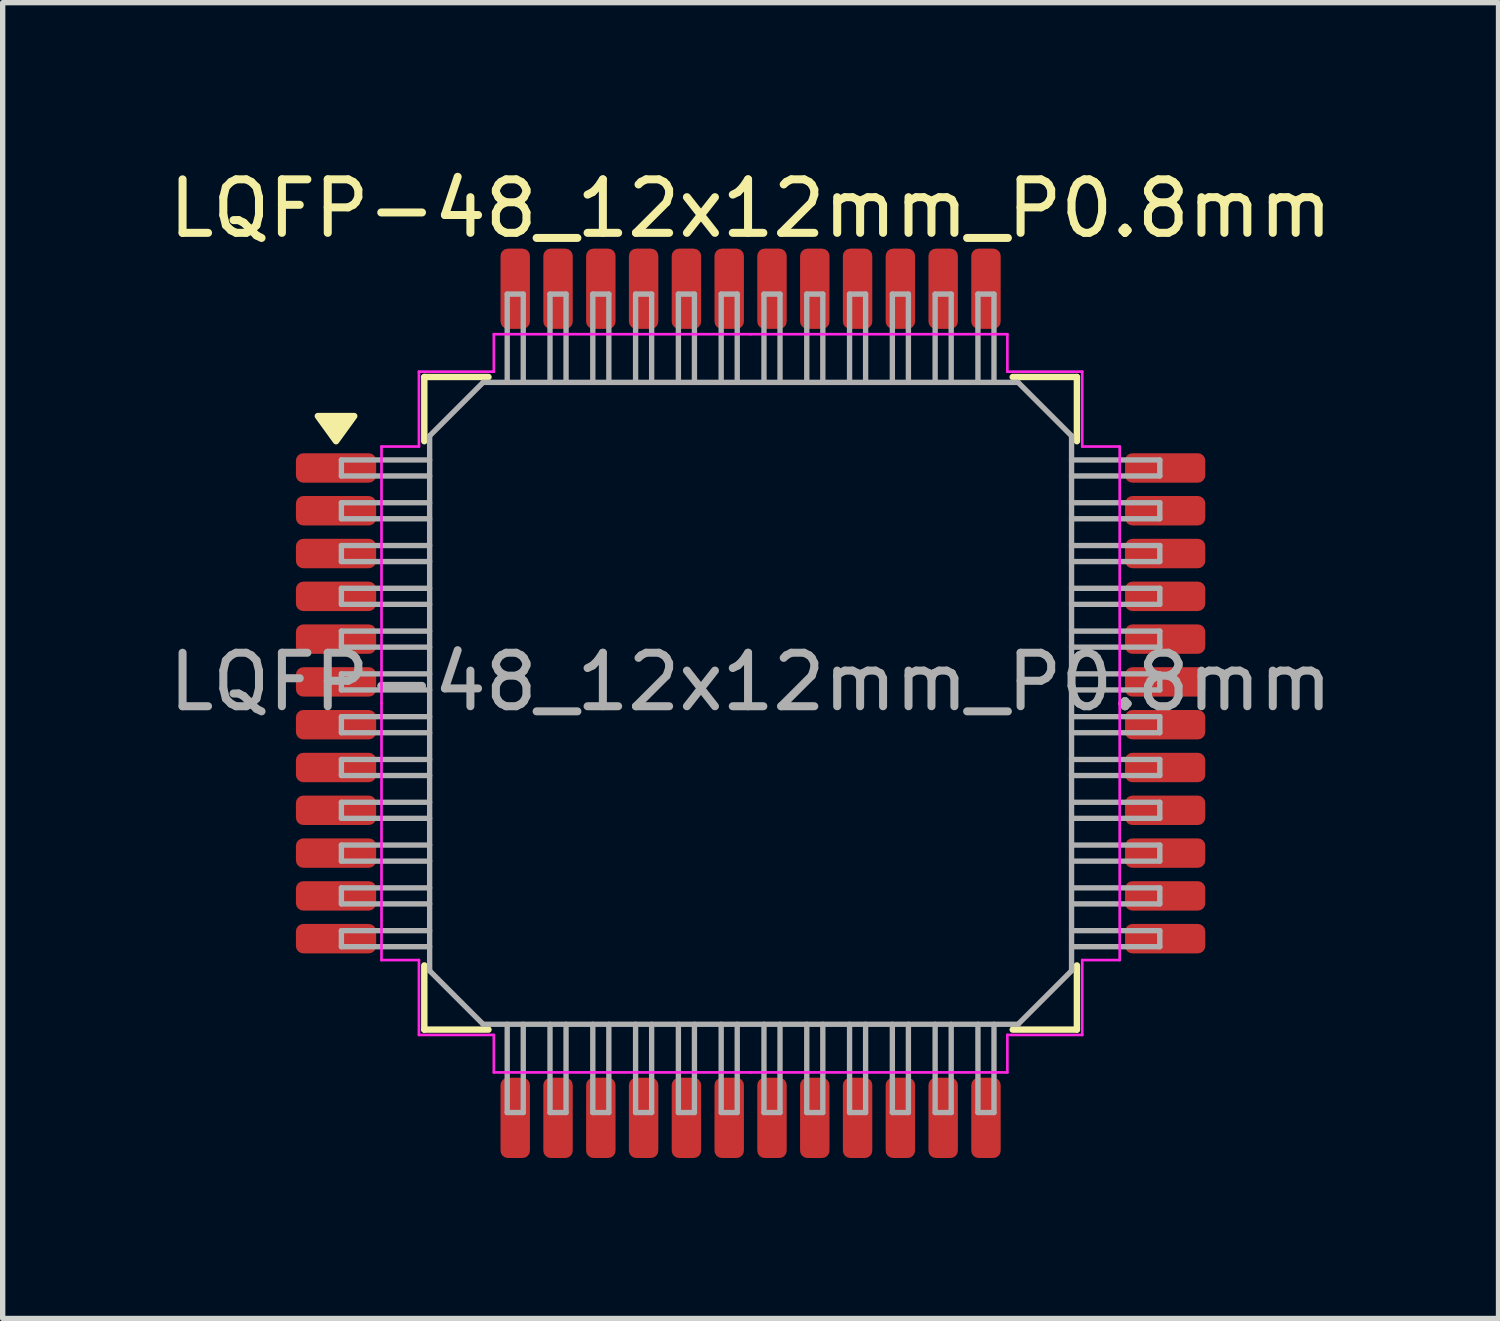
<source format=kicad_pcb>
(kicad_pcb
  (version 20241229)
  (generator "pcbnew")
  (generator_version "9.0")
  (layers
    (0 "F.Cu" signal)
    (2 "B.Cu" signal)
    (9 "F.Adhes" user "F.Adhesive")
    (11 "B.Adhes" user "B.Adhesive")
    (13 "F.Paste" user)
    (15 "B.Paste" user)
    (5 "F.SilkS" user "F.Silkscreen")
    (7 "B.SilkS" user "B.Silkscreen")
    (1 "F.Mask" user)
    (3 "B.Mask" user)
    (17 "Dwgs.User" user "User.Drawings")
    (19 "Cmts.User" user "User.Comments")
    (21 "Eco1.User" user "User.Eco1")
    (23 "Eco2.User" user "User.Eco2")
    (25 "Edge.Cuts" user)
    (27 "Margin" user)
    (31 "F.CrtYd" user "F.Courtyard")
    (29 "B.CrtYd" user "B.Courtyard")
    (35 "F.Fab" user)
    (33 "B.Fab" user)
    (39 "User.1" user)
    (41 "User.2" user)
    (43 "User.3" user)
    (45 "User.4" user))
  (footprint "LQFP-48_12x12mm_P0.8mm"
    (layer "F.Cu")
    (at 10.982 10.098)
    (property "Reference" "LQFP-48_12x12mm_P0.8mm" (at 0 -9.25 0) (layer "F.SilkS") (effects (font (size 1 1) (thickness 0.15))))
    (attr smd)
    (fp_line (start -6.1 -6.1) (end -4.9 -6.1) (stroke (width 0.12) (type solid)) (layer "F.SilkS"))
    (fp_line (start -6.1 -4.9) (end -6.1 -6.1) (stroke (width 0.12) (type solid)) (layer "F.SilkS"))
    (fp_line (start -6.1 6.1) (end -6.1 4.9) (stroke (width 0.12) (type solid)) (layer "F.SilkS"))
    (fp_line (start -4.9 6.1) (end -6.1 6.1) (stroke (width 0.12) (type solid)) (layer "F.SilkS"))
    (fp_line (start 4.9 -6.1) (end 6.1 -6.1) (stroke (width 0.12) (type solid)) (layer "F.SilkS"))
    (fp_line (start 6.1 -6.1) (end 6.1 -4.9) (stroke (width 0.12) (type solid)) (layer "F.SilkS"))
    (fp_line (start 6.1 4.9) (end 6.1 6.1) (stroke (width 0.12) (type solid)) (layer "F.SilkS"))
    (fp_line (start 6.1 6.1) (end 4.9 6.1) (stroke (width 0.12) (type solid)) (layer "F.SilkS"))
    (fp_poly (pts (xy -7.75 -4.9) (xy -8.09 -5.37) (xy -7.41 -5.37) (xy -7.75 -4.9)) (stroke (width 0.12) (type solid)) (fill yes) (layer "F.SilkS"))
    (fp_line (start -6.9 -4.8) (end -6.2 -4.8) (stroke (width 0.05) (type solid)) (layer "F.CrtYd"))
    (fp_line (start -6.9 0) (end -6.9 -4.8) (stroke (width 0.05) (type solid)) (layer "F.CrtYd"))
    (fp_line (start -6.9 4.8) (end -6.9 0) (stroke (width 0.05) (type solid)) (layer "F.CrtYd"))
    (fp_line (start -6.2 -6.2) (end -4.8 -6.2) (stroke (width 0.05) (type solid)) (layer "F.CrtYd"))
    (fp_line (start -6.2 -4.8) (end -6.2 -6.2) (stroke (width 0.05) (type solid)) (layer "F.CrtYd"))
    (fp_line (start -6.2 4.8) (end -6.9 4.8) (stroke (width 0.05) (type solid)) (layer "F.CrtYd"))
    (fp_line (start -6.2 6.2) (end -6.2 4.8) (stroke (width 0.05) (type solid)) (layer "F.CrtYd"))
    (fp_line (start -4.8 -6.9) (end 0 -6.9) (stroke (width 0.05) (type solid)) (layer "F.CrtYd"))
    (fp_line (start -4.8 -6.2) (end -4.8 -6.9) (stroke (width 0.05) (type solid)) (layer "F.CrtYd"))
    (fp_line (start -4.8 6.2) (end -6.2 6.2) (stroke (width 0.05) (type solid)) (layer "F.CrtYd"))
    (fp_line (start -4.8 6.9) (end -4.8 6.2) (stroke (width 0.05) (type solid)) (layer "F.CrtYd"))
    (fp_line (start 0 -6.9) (end 4.8 -6.9) (stroke (width 0.05) (type solid)) (layer "F.CrtYd"))
    (fp_line (start 0 6.9) (end -4.8 6.9) (stroke (width 0.05) (type solid)) (layer "F.CrtYd"))
    (fp_line (start 4.8 -6.9) (end 4.8 -6.2) (stroke (width 0.05) (type solid)) (layer "F.CrtYd"))
    (fp_line (start 4.8 -6.2) (end 6.2 -6.2) (stroke (width 0.05) (type solid)) (layer "F.CrtYd"))
    (fp_line (start 4.8 6.2) (end 4.8 6.9) (stroke (width 0.05) (type solid)) (layer "F.CrtYd"))
    (fp_line (start 4.8 6.9) (end 0 6.9) (stroke (width 0.05) (type solid)) (layer "F.CrtYd"))
    (fp_line (start 6.2 -6.2) (end 6.2 -4.8) (stroke (width 0.05) (type solid)) (layer "F.CrtYd"))
    (fp_line (start 6.2 -4.8) (end 6.9 -4.8) (stroke (width 0.05) (type solid)) (layer "F.CrtYd"))
    (fp_line (start 6.2 4.8) (end 6.2 6.2) (stroke (width 0.05) (type solid)) (layer "F.CrtYd"))
    (fp_line (start 6.2 6.2) (end 4.8 6.2) (stroke (width 0.05) (type solid)) (layer "F.CrtYd"))
    (fp_line (start 6.9 -4.8) (end 6.9 0) (stroke (width 0.05) (type solid)) (layer "F.CrtYd"))
    (fp_line (start 6.9 0) (end 6.9 4.8) (stroke (width 0.05) (type solid)) (layer "F.CrtYd"))
    (fp_line (start 6.9 4.8) (end 6.2 4.8) (stroke (width 0.05) (type solid)) (layer "F.CrtYd"))
    (fp_line (start -7.65 -4.55) (end -7.65 -4.25) (stroke (width 0.1) (type default)) (layer "F.Fab"))
    (fp_line (start -7.65 -4.25) (end -6 -4.25) (stroke (width 0.1) (type default)) (layer "F.Fab"))
    (fp_line (start -7.65 -3.75) (end -7.65 -3.45) (stroke (width 0.1) (type default)) (layer "F.Fab"))
    (fp_line (start -7.65 -3.45) (end -6 -3.45) (stroke (width 0.1) (type default)) (layer "F.Fab"))
    (fp_line (start -7.65 -2.95) (end -7.65 -2.65) (stroke (width 0.1) (type default)) (layer "F.Fab"))
    (fp_line (start -7.65 -2.65) (end -6 -2.65) (stroke (width 0.1) (type default)) (layer "F.Fab"))
    (fp_line (start -7.65 -2.15) (end -7.65 -1.85) (stroke (width 0.1) (type default)) (layer "F.Fab"))
    (fp_line (start -7.65 -1.85) (end -6 -1.85) (stroke (width 0.1) (type default)) (layer "F.Fab"))
    (fp_line (start -7.65 -1.35) (end -7.65 -1.05) (stroke (width 0.1) (type default)) (layer "F.Fab"))
    (fp_line (start -7.65 -1.05) (end -6 -1.05) (stroke (width 0.1) (type default)) (layer "F.Fab"))
    (fp_line (start -7.65 -0.55) (end -7.65 -0.25) (stroke (width 0.1) (type default)) (layer "F.Fab"))
    (fp_line (start -7.65 -0.25) (end -6 -0.25) (stroke (width 0.1) (type default)) (layer "F.Fab"))
    (fp_line (start -7.65 0.25) (end -7.65 0.55) (stroke (width 0.1) (type default)) (layer "F.Fab"))
    (fp_line (start -7.65 0.55) (end -6 0.55) (stroke (width 0.1) (type default)) (layer "F.Fab"))
    (fp_line (start -7.65 1.05) (end -7.65 1.35) (stroke (width 0.1) (type default)) (layer "F.Fab"))
    (fp_line (start -7.65 1.35) (end -6 1.35) (stroke (width 0.1) (type default)) (layer "F.Fab"))
    (fp_line (start -7.65 1.85) (end -7.65 2.15) (stroke (width 0.1) (type default)) (layer "F.Fab"))
    (fp_line (start -7.65 2.15) (end -6 2.15) (stroke (width 0.1) (type default)) (layer "F.Fab"))
    (fp_line (start -7.65 2.65) (end -7.65 2.95) (stroke (width 0.1) (type default)) (layer "F.Fab"))
    (fp_line (start -7.65 2.95) (end -6 2.95) (stroke (width 0.1) (type default)) (layer "F.Fab"))
    (fp_line (start -7.65 3.45) (end -7.65 3.75) (stroke (width 0.1) (type default)) (layer "F.Fab"))
    (fp_line (start -7.65 3.75) (end -6 3.75) (stroke (width 0.1) (type default)) (layer "F.Fab"))
    (fp_line (start -7.65 4.25) (end -7.65 4.55) (stroke (width 0.1) (type default)) (layer "F.Fab"))
    (fp_line (start -7.65 4.55) (end -6 4.55) (stroke (width 0.1) (type default)) (layer "F.Fab"))
    (fp_line (start -6 -5) (end -5 -6) (stroke (width 0.1) (type solid)) (layer "F.Fab"))
    (fp_line (start -6 -4.55) (end -7.65 -4.55) (stroke (width 0.1) (type default)) (layer "F.Fab"))
    (fp_line (start -6 -3.75) (end -7.65 -3.75) (stroke (width 0.1) (type default)) (layer "F.Fab"))
    (fp_line (start -6 -2.95) (end -7.65 -2.95) (stroke (width 0.1) (type default)) (layer "F.Fab"))
    (fp_line (start -6 -2.15) (end -7.65 -2.15) (stroke (width 0.1) (type default)) (layer "F.Fab"))
    (fp_line (start -6 -1.35) (end -7.65 -1.35) (stroke (width 0.1) (type default)) (layer "F.Fab"))
    (fp_line (start -6 -0.55) (end -7.65 -0.55) (stroke (width 0.1) (type default)) (layer "F.Fab"))
    (fp_line (start -6 0.25) (end -7.65 0.25) (stroke (width 0.1) (type default)) (layer "F.Fab"))
    (fp_line (start -6 1.05) (end -7.65 1.05) (stroke (width 0.1) (type default)) (layer "F.Fab"))
    (fp_line (start -6 1.85) (end -7.65 1.85) (stroke (width 0.1) (type default)) (layer "F.Fab"))
    (fp_line (start -6 2.65) (end -7.65 2.65) (stroke (width 0.1) (type default)) (layer "F.Fab"))
    (fp_line (start -6 3.45) (end -7.65 3.45) (stroke (width 0.1) (type default)) (layer "F.Fab"))
    (fp_line (start -6 4.25) (end -7.65 4.25) (stroke (width 0.1) (type default)) (layer "F.Fab"))
    (fp_line (start -6 5) (end -6 -5) (stroke (width 0.1) (type solid)) (layer "F.Fab"))
    (fp_line (start -6 5) (end -5 6) (stroke (width 0.1) (type default)) (layer "F.Fab"))
    (fp_line (start -5 -6) (end 5 -6) (stroke (width 0.1) (type solid)) (layer "F.Fab"))
    (fp_line (start -4.55 -7.65) (end -4.55 -6) (stroke (width 0.1) (type default)) (layer "F.Fab"))
    (fp_line (start -4.55 6) (end -4.55 7.65) (stroke (width 0.1) (type default)) (layer "F.Fab"))
    (fp_line (start -4.55 7.65) (end -4.25 7.65) (stroke (width 0.1) (type default)) (layer "F.Fab"))
    (fp_line (start -4.25 -7.65) (end -4.55 -7.65) (stroke (width 0.1) (type default)) (layer "F.Fab"))
    (fp_line (start -4.25 -6) (end -4.25 -7.65) (stroke (width 0.1) (type default)) (layer "F.Fab"))
    (fp_line (start -4.25 7.65) (end -4.25 6) (stroke (width 0.1) (type default)) (layer "F.Fab"))
    (fp_line (start -3.75 -7.65) (end -3.75 -6) (stroke (width 0.1) (type default)) (layer "F.Fab"))
    (fp_line (start -3.75 6) (end -3.75 7.65) (stroke (width 0.1) (type default)) (layer "F.Fab"))
    (fp_line (start -3.75 7.65) (end -3.45 7.65) (stroke (width 0.1) (type default)) (layer "F.Fab"))
    (fp_line (start -3.45 -7.65) (end -3.75 -7.65) (stroke (width 0.1) (type default)) (layer "F.Fab"))
    (fp_line (start -3.45 -6) (end -3.45 -7.65) (stroke (width 0.1) (type default)) (layer "F.Fab"))
    (fp_line (start -3.45 7.65) (end -3.45 6) (stroke (width 0.1) (type default)) (layer "F.Fab"))
    (fp_line (start -2.95 -7.65) (end -2.95 -6) (stroke (width 0.1) (type default)) (layer "F.Fab"))
    (fp_line (start -2.95 6) (end -2.95 7.65) (stroke (width 0.1) (type default)) (layer "F.Fab"))
    (fp_line (start -2.95 7.65) (end -2.65 7.65) (stroke (width 0.1) (type default)) (layer "F.Fab"))
    (fp_line (start -2.65 -7.65) (end -2.95 -7.65) (stroke (width 0.1) (type default)) (layer "F.Fab"))
    (fp_line (start -2.65 -6) (end -2.65 -7.65) (stroke (width 0.1) (type default)) (layer "F.Fab"))
    (fp_line (start -2.65 7.65) (end -2.65 6) (stroke (width 0.1) (type default)) (layer "F.Fab"))
    (fp_line (start -2.15 -7.65) (end -2.15 -6) (stroke (width 0.1) (type default)) (layer "F.Fab"))
    (fp_line (start -2.15 6) (end -2.15 7.65) (stroke (width 0.1) (type default)) (layer "F.Fab"))
    (fp_line (start -2.15 7.65) (end -1.85 7.65) (stroke (width 0.1) (type default)) (layer "F.Fab"))
    (fp_line (start -1.85 -7.65) (end -2.15 -7.65) (stroke (width 0.1) (type default)) (layer "F.Fab"))
    (fp_line (start -1.85 -6) (end -1.85 -7.65) (stroke (width 0.1) (type default)) (layer "F.Fab"))
    (fp_line (start -1.85 7.65) (end -1.85 6) (stroke (width 0.1) (type default)) (layer "F.Fab"))
    (fp_line (start -1.35 -7.65) (end -1.35 -6) (stroke (width 0.1) (type default)) (layer "F.Fab"))
    (fp_line (start -1.35 6) (end -1.35 7.65) (stroke (width 0.1) (type default)) (layer "F.Fab"))
    (fp_line (start -1.35 7.65) (end -1.05 7.65) (stroke (width 0.1) (type default)) (layer "F.Fab"))
    (fp_line (start -1.05 -7.65) (end -1.35 -7.65) (stroke (width 0.1) (type default)) (layer "F.Fab"))
    (fp_line (start -1.05 -6) (end -1.05 -7.65) (stroke (width 0.1) (type default)) (layer "F.Fab"))
    (fp_line (start -1.05 7.65) (end -1.05 6) (stroke (width 0.1) (type default)) (layer "F.Fab"))
    (fp_line (start -0.55 -7.65) (end -0.55 -6) (stroke (width 0.1) (type default)) (layer "F.Fab"))
    (fp_line (start -0.55 6) (end -0.55 7.65) (stroke (width 0.1) (type default)) (layer "F.Fab"))
    (fp_line (start -0.55 7.65) (end -0.25 7.65) (stroke (width 0.1) (type default)) (layer "F.Fab"))
    (fp_line (start -0.25 -7.65) (end -0.55 -7.65) (stroke (width 0.1) (type default)) (layer "F.Fab"))
    (fp_line (start -0.25 -6) (end -0.25 -7.65) (stroke (width 0.1) (type default)) (layer "F.Fab"))
    (fp_line (start -0.25 7.65) (end -0.25 6) (stroke (width 0.1) (type default)) (layer "F.Fab"))
    (fp_line (start 0.25 -7.65) (end 0.25 -6) (stroke (width 0.1) (type default)) (layer "F.Fab"))
    (fp_line (start 0.25 6) (end 0.25 7.65) (stroke (width 0.1) (type default)) (layer "F.Fab"))
    (fp_line (start 0.25 7.65) (end 0.55 7.65) (stroke (width 0.1) (type default)) (layer "F.Fab"))
    (fp_line (start 0.55 -7.65) (end 0.25 -7.65) (stroke (width 0.1) (type default)) (layer "F.Fab"))
    (fp_line (start 0.55 -6) (end 0.55 -7.65) (stroke (width 0.1) (type default)) (layer "F.Fab"))
    (fp_line (start 0.55 7.65) (end 0.55 6) (stroke (width 0.1) (type default)) (layer "F.Fab"))
    (fp_line (start 1.05 -7.65) (end 1.05 -6) (stroke (width 0.1) (type default)) (layer "F.Fab"))
    (fp_line (start 1.05 6) (end 1.05 7.65) (stroke (width 0.1) (type default)) (layer "F.Fab"))
    (fp_line (start 1.05 7.65) (end 1.35 7.65) (stroke (width 0.1) (type default)) (layer "F.Fab"))
    (fp_line (start 1.35 -7.65) (end 1.05 -7.65) (stroke (width 0.1) (type default)) (layer "F.Fab"))
    (fp_line (start 1.35 -6) (end 1.35 -7.65) (stroke (width 0.1) (type default)) (layer "F.Fab"))
    (fp_line (start 1.35 7.65) (end 1.35 6) (stroke (width 0.1) (type default)) (layer "F.Fab"))
    (fp_line (start 1.85 -7.65) (end 1.85 -6) (stroke (width 0.1) (type default)) (layer "F.Fab"))
    (fp_line (start 1.85 6) (end 1.85 7.65) (stroke (width 0.1) (type default)) (layer "F.Fab"))
    (fp_line (start 1.85 7.65) (end 2.15 7.65) (stroke (width 0.1) (type default)) (layer "F.Fab"))
    (fp_line (start 2.15 -7.65) (end 1.85 -7.65) (stroke (width 0.1) (type default)) (layer "F.Fab"))
    (fp_line (start 2.15 -6) (end 2.15 -7.65) (stroke (width 0.1) (type default)) (layer "F.Fab"))
    (fp_line (start 2.15 7.65) (end 2.15 6) (stroke (width 0.1) (type default)) (layer "F.Fab"))
    (fp_line (start 2.65 -7.65) (end 2.65 -6) (stroke (width 0.1) (type default)) (layer "F.Fab"))
    (fp_line (start 2.65 6) (end 2.65 7.65) (stroke (width 0.1) (type default)) (layer "F.Fab"))
    (fp_line (start 2.65 7.65) (end 2.95 7.65) (stroke (width 0.1) (type default)) (layer "F.Fab"))
    (fp_line (start 2.95 -7.65) (end 2.65 -7.65) (stroke (width 0.1) (type default)) (layer "F.Fab"))
    (fp_line (start 2.95 -6) (end 2.95 -7.65) (stroke (width 0.1) (type default)) (layer "F.Fab"))
    (fp_line (start 2.95 7.65) (end 2.95 6) (stroke (width 0.1) (type default)) (layer "F.Fab"))
    (fp_line (start 3.45 -7.65) (end 3.45 -6) (stroke (width 0.1) (type default)) (layer "F.Fab"))
    (fp_line (start 3.45 6) (end 3.45 7.65) (stroke (width 0.1) (type default)) (layer "F.Fab"))
    (fp_line (start 3.45 7.65) (end 3.75 7.65) (stroke (width 0.1) (type default)) (layer "F.Fab"))
    (fp_line (start 3.75 -7.65) (end 3.45 -7.65) (stroke (width 0.1) (type default)) (layer "F.Fab"))
    (fp_line (start 3.75 -6) (end 3.75 -7.65) (stroke (width 0.1) (type default)) (layer "F.Fab"))
    (fp_line (start 3.75 7.65) (end 3.75 6) (stroke (width 0.1) (type default)) (layer "F.Fab"))
    (fp_line (start 4.25 -7.65) (end 4.25 -6) (stroke (width 0.1) (type default)) (layer "F.Fab"))
    (fp_line (start 4.25 6) (end 4.25 7.65) (stroke (width 0.1) (type default)) (layer "F.Fab"))
    (fp_line (start 4.25 7.65) (end 4.55 7.65) (stroke (width 0.1) (type default)) (layer "F.Fab"))
    (fp_line (start 4.55 -7.65) (end 4.25 -7.65) (stroke (width 0.1) (type default)) (layer "F.Fab"))
    (fp_line (start 4.55 -6) (end 4.55 -7.65) (stroke (width 0.1) (type default)) (layer "F.Fab"))
    (fp_line (start 4.55 7.65) (end 4.55 6) (stroke (width 0.1) (type default)) (layer "F.Fab"))
    (fp_line (start 5 -6) (end 6 -5) (stroke (width 0.1) (type default)) (layer "F.Fab"))
    (fp_line (start 5 6) (end -5 6) (stroke (width 0.1) (type solid)) (layer "F.Fab"))
    (fp_line (start 6 -5) (end 6 5) (stroke (width 0.1) (type solid)) (layer "F.Fab"))
    (fp_line (start 6 -4.25) (end 7.65 -4.25) (stroke (width 0.1) (type default)) (layer "F.Fab"))
    (fp_line (start 6 -3.45) (end 7.65 -3.45) (stroke (width 0.1) (type default)) (layer "F.Fab"))
    (fp_line (start 6 -2.65) (end 7.65 -2.65) (stroke (width 0.1) (type default)) (layer "F.Fab"))
    (fp_line (start 6 -1.85) (end 7.65 -1.85) (stroke (width 0.1) (type default)) (layer "F.Fab"))
    (fp_line (start 6 -1.05) (end 7.65 -1.05) (stroke (width 0.1) (type default)) (layer "F.Fab"))
    (fp_line (start 6 -0.25) (end 7.65 -0.25) (stroke (width 0.1) (type default)) (layer "F.Fab"))
    (fp_line (start 6 0.55) (end 7.65 0.55) (stroke (width 0.1) (type default)) (layer "F.Fab"))
    (fp_line (start 6 1.35) (end 7.65 1.35) (stroke (width 0.1) (type default)) (layer "F.Fab"))
    (fp_line (start 6 2.15) (end 7.65 2.15) (stroke (width 0.1) (type default)) (layer "F.Fab"))
    (fp_line (start 6 2.95) (end 7.65 2.95) (stroke (width 0.1) (type default)) (layer "F.Fab"))
    (fp_line (start 6 3.75) (end 7.65 3.75) (stroke (width 0.1) (type default)) (layer "F.Fab"))
    (fp_line (start 6 4.55) (end 7.65 4.55) (stroke (width 0.1) (type default)) (layer "F.Fab"))
    (fp_line (start 6 5) (end 5 6) (stroke (width 0.1) (type default)) (layer "F.Fab"))
    (fp_line (start 7.65 -4.55) (end 6 -4.55) (stroke (width 0.1) (type default)) (layer "F.Fab"))
    (fp_line (start 7.65 -4.25) (end 7.65 -4.55) (stroke (width 0.1) (type default)) (layer "F.Fab"))
    (fp_line (start 7.65 -3.75) (end 6 -3.75) (stroke (width 0.1) (type default)) (layer "F.Fab"))
    (fp_line (start 7.65 -3.45) (end 7.65 -3.75) (stroke (width 0.1) (type default)) (layer "F.Fab"))
    (fp_line (start 7.65 -2.95) (end 6 -2.95) (stroke (width 0.1) (type default)) (layer "F.Fab"))
    (fp_line (start 7.65 -2.65) (end 7.65 -2.95) (stroke (width 0.1) (type default)) (layer "F.Fab"))
    (fp_line (start 7.65 -2.15) (end 6 -2.15) (stroke (width 0.1) (type default)) (layer "F.Fab"))
    (fp_line (start 7.65 -1.85) (end 7.65 -2.15) (stroke (width 0.1) (type default)) (layer "F.Fab"))
    (fp_line (start 7.65 -1.35) (end 6 -1.35) (stroke (width 0.1) (type default)) (layer "F.Fab"))
    (fp_line (start 7.65 -1.05) (end 7.65 -1.35) (stroke (width 0.1) (type default)) (layer "F.Fab"))
    (fp_line (start 7.65 -0.55) (end 6 -0.55) (stroke (width 0.1) (type default)) (layer "F.Fab"))
    (fp_line (start 7.65 -0.25) (end 7.65 -0.55) (stroke (width 0.1) (type default)) (layer "F.Fab"))
    (fp_line (start 7.65 0.25) (end 6 0.25) (stroke (width 0.1) (type default)) (layer "F.Fab"))
    (fp_line (start 7.65 0.55) (end 7.65 0.25) (stroke (width 0.1) (type default)) (layer "F.Fab"))
    (fp_line (start 7.65 1.05) (end 6 1.05) (stroke (width 0.1) (type default)) (layer "F.Fab"))
    (fp_line (start 7.65 1.35) (end 7.65 1.05) (stroke (width 0.1) (type default)) (layer "F.Fab"))
    (fp_line (start 7.65 1.85) (end 6 1.85) (stroke (width 0.1) (type default)) (layer "F.Fab"))
    (fp_line (start 7.65 2.15) (end 7.65 1.85) (stroke (width 0.1) (type default)) (layer "F.Fab"))
    (fp_line (start 7.65 2.65) (end 6 2.65) (stroke (width 0.1) (type default)) (layer "F.Fab"))
    (fp_line (start 7.65 2.95) (end 7.65 2.65) (stroke (width 0.1) (type default)) (layer "F.Fab"))
    (fp_line (start 7.65 3.45) (end 6 3.45) (stroke (width 0.1) (type default)) (layer "F.Fab"))
    (fp_line (start 7.65 3.75) (end 7.65 3.45) (stroke (width 0.1) (type default)) (layer "F.Fab"))
    (fp_line (start 7.65 4.25) (end 6 4.25) (stroke (width 0.1) (type default)) (layer "F.Fab"))
    (fp_line (start 7.65 4.55) (end 7.65 4.25) (stroke (width 0.1) (type default)) (layer "F.Fab"))
    (fp_text user "${REFERENCE}" (at 0 -0.4 0) (layer "F.Fab") (effects (font (size 1 1) (thickness 0.15))))
    (pad "1" smd roundrect (at -7.75 -4.4) (size 1.5 0.55) (layers "F.Cu" "F.Mask" "F.Paste") (roundrect_rratio 0.25))
    (pad "2" smd roundrect (at -7.75 -3.6) (size 1.5 0.55) (layers "F.Cu" "F.Mask" "F.Paste") (roundrect_rratio 0.25))
    (pad "3" smd roundrect (at -7.75 -2.8) (size 1.5 0.55) (layers "F.Cu" "F.Mask" "F.Paste") (roundrect_rratio 0.25))
    (pad "4" smd roundrect (at -7.75 -2) (size 1.5 0.55) (layers "F.Cu" "F.Mask" "F.Paste") (roundrect_rratio 0.25))
    (pad "5" smd roundrect (at -7.75 -1.2) (size 1.5 0.55) (layers "F.Cu" "F.Mask" "F.Paste") (roundrect_rratio 0.25))
    (pad "6" smd roundrect (at -7.75 -0.4) (size 1.5 0.55) (layers "F.Cu" "F.Mask" "F.Paste") (roundrect_rratio 0.25))
    (pad "7" smd roundrect (at -7.75 0.4) (size 1.5 0.55) (layers "F.Cu" "F.Mask" "F.Paste") (roundrect_rratio 0.25))
    (pad "8" smd roundrect (at -7.75 1.2) (size 1.5 0.55) (layers "F.Cu" "F.Mask" "F.Paste") (roundrect_rratio 0.25))
    (pad "9" smd roundrect (at -7.75 2) (size 1.5 0.55) (layers "F.Cu" "F.Mask" "F.Paste") (roundrect_rratio 0.25))
    (pad "10" smd roundrect (at -7.75 2.8) (size 1.5 0.55) (layers "F.Cu" "F.Mask" "F.Paste") (roundrect_rratio 0.25))
    (pad "11" smd roundrect (at -7.75 3.6) (size 1.5 0.55) (layers "F.Cu" "F.Mask" "F.Paste") (roundrect_rratio 0.25))
    (pad "12" smd roundrect (at -7.75 4.4) (size 1.5 0.55) (layers "F.Cu" "F.Mask" "F.Paste") (roundrect_rratio 0.25))
    (pad "13" smd roundrect (at -4.4 7.75 90) (size 1.5 0.55) (layers "F.Cu" "F.Mask" "F.Paste") (roundrect_rratio 0.25))
    (pad "14" smd roundrect (at -3.6 7.75 90) (size 1.5 0.55) (layers "F.Cu" "F.Mask" "F.Paste") (roundrect_rratio 0.25))
    (pad "15" smd roundrect (at -2.8 7.75 90) (size 1.5 0.55) (layers "F.Cu" "F.Mask" "F.Paste") (roundrect_rratio 0.25))
    (pad "16" smd roundrect (at -2 7.75 90) (size 1.5 0.55) (layers "F.Cu" "F.Mask" "F.Paste") (roundrect_rratio 0.25))
    (pad "17" smd roundrect (at -1.2 7.75 90) (size 1.5 0.55) (layers "F.Cu" "F.Mask" "F.Paste") (roundrect_rratio 0.25))
    (pad "18" smd roundrect (at -0.4 7.75 90) (size 1.5 0.55) (layers "F.Cu" "F.Mask" "F.Paste") (roundrect_rratio 0.25))
    (pad "19" smd roundrect (at 0.4 7.75 90) (size 1.5 0.55) (layers "F.Cu" "F.Mask" "F.Paste") (roundrect_rratio 0.25))
    (pad "20" smd roundrect (at 1.2 7.75 90) (size 1.5 0.55) (layers "F.Cu" "F.Mask" "F.Paste") (roundrect_rratio 0.25))
    (pad "21" smd roundrect (at 2 7.75 90) (size 1.5 0.55) (layers "F.Cu" "F.Mask" "F.Paste") (roundrect_rratio 0.25))
    (pad "22" smd roundrect (at 2.8 7.75 90) (size 1.5 0.55) (layers "F.Cu" "F.Mask" "F.Paste") (roundrect_rratio 0.25))
    (pad "23" smd roundrect (at 3.6 7.75 90) (size 1.5 0.55) (layers "F.Cu" "F.Mask" "F.Paste") (roundrect_rratio 0.25))
    (pad "24" smd roundrect (at 4.4 7.75 90) (size 1.5 0.55) (layers "F.Cu" "F.Mask" "F.Paste") (roundrect_rratio 0.25))
    (pad "25" smd roundrect (at 7.75 4.4) (size 1.5 0.55) (layers "F.Cu" "F.Mask" "F.Paste") (roundrect_rratio 0.25))
    (pad "26" smd roundrect (at 7.75 3.6) (size 1.5 0.55) (layers "F.Cu" "F.Mask" "F.Paste") (roundrect_rratio 0.25))
    (pad "27" smd roundrect (at 7.75 2.8) (size 1.5 0.55) (layers "F.Cu" "F.Mask" "F.Paste") (roundrect_rratio 0.25))
    (pad "28" smd roundrect (at 7.75 2) (size 1.5 0.55) (layers "F.Cu" "F.Mask" "F.Paste") (roundrect_rratio 0.25))
    (pad "29" smd roundrect (at 7.75 1.2) (size 1.5 0.55) (layers "F.Cu" "F.Mask" "F.Paste") (roundrect_rratio 0.25))
    (pad "30" smd roundrect (at 7.75 0.4) (size 1.5 0.55) (layers "F.Cu" "F.Mask" "F.Paste") (roundrect_rratio 0.25))
    (pad "31" smd roundrect (at 7.75 -0.4) (size 1.5 0.55) (layers "F.Cu" "F.Mask" "F.Paste") (roundrect_rratio 0.25))
    (pad "32" smd roundrect (at 7.75 -1.2) (size 1.5 0.55) (layers "F.Cu" "F.Mask" "F.Paste") (roundrect_rratio 0.25))
    (pad "33" smd roundrect (at 7.75 -2) (size 1.5 0.55) (layers "F.Cu" "F.Mask" "F.Paste") (roundrect_rratio 0.25))
    (pad "34" smd roundrect (at 7.75 -2.8) (size 1.5 0.55) (layers "F.Cu" "F.Mask" "F.Paste") (roundrect_rratio 0.25))
    (pad "35" smd roundrect (at 7.75 -3.6) (size 1.5 0.55) (layers "F.Cu" "F.Mask" "F.Paste") (roundrect_rratio 0.25))
    (pad "36" smd roundrect (at 7.75 -4.4) (size 1.5 0.55) (layers "F.Cu" "F.Mask" "F.Paste") (roundrect_rratio 0.25))
    (pad "37" smd roundrect (at 4.4 -7.75 90) (size 1.5 0.55) (layers "F.Cu" "F.Mask" "F.Paste") (roundrect_rratio 0.25))
    (pad "38" smd roundrect (at 3.6 -7.75 90) (size 1.5 0.55) (layers "F.Cu" "F.Mask" "F.Paste") (roundrect_rratio 0.25))
    (pad "39" smd roundrect (at 2.8 -7.75 90) (size 1.5 0.55) (layers "F.Cu" "F.Mask" "F.Paste") (roundrect_rratio 0.25))
    (pad "40" smd roundrect (at 2 -7.75 90) (size 1.5 0.55) (layers "F.Cu" "F.Mask" "F.Paste") (roundrect_rratio 0.25))
    (pad "41" smd roundrect (at 1.2 -7.75 90) (size 1.5 0.55) (layers "F.Cu" "F.Mask" "F.Paste") (roundrect_rratio 0.25))
    (pad "42" smd roundrect (at 0.4 -7.75 90) (size 1.5 0.55) (layers "F.Cu" "F.Mask" "F.Paste") (roundrect_rratio 0.25))
    (pad "43" smd roundrect (at -0.4 -7.75 90) (size 1.5 0.55) (layers "F.Cu" "F.Mask" "F.Paste") (roundrect_rratio 0.25))
    (pad "44" smd roundrect (at -1.2 -7.75 90) (size 1.5 0.55) (layers "F.Cu" "F.Mask" "F.Paste") (roundrect_rratio 0.25))
    (pad "45" smd roundrect (at -2 -7.75 90) (size 1.5 0.55) (layers "F.Cu" "F.Mask" "F.Paste") (roundrect_rratio 0.25))
    (pad "46" smd roundrect (at -2.8 -7.75 90) (size 1.5 0.55) (layers "F.Cu" "F.Mask" "F.Paste") (roundrect_rratio 0.25))
    (pad "47" smd roundrect (at -3.6 -7.75 90) (size 1.5 0.55) (layers "F.Cu" "F.Mask" "F.Paste") (roundrect_rratio 0.25))
    (pad "48" smd roundrect (at -4.4 -7.75 90) (size 1.5 0.55) (layers "F.Cu" "F.Mask" "F.Paste") (roundrect_rratio 0.25)))
  (gr_rect
    (start -3 -3)
    (end 24.964 21.598)
    (stroke (width 0.1) (type default))
    (fill no)
    (layer "Edge.Cuts")))
</source>
